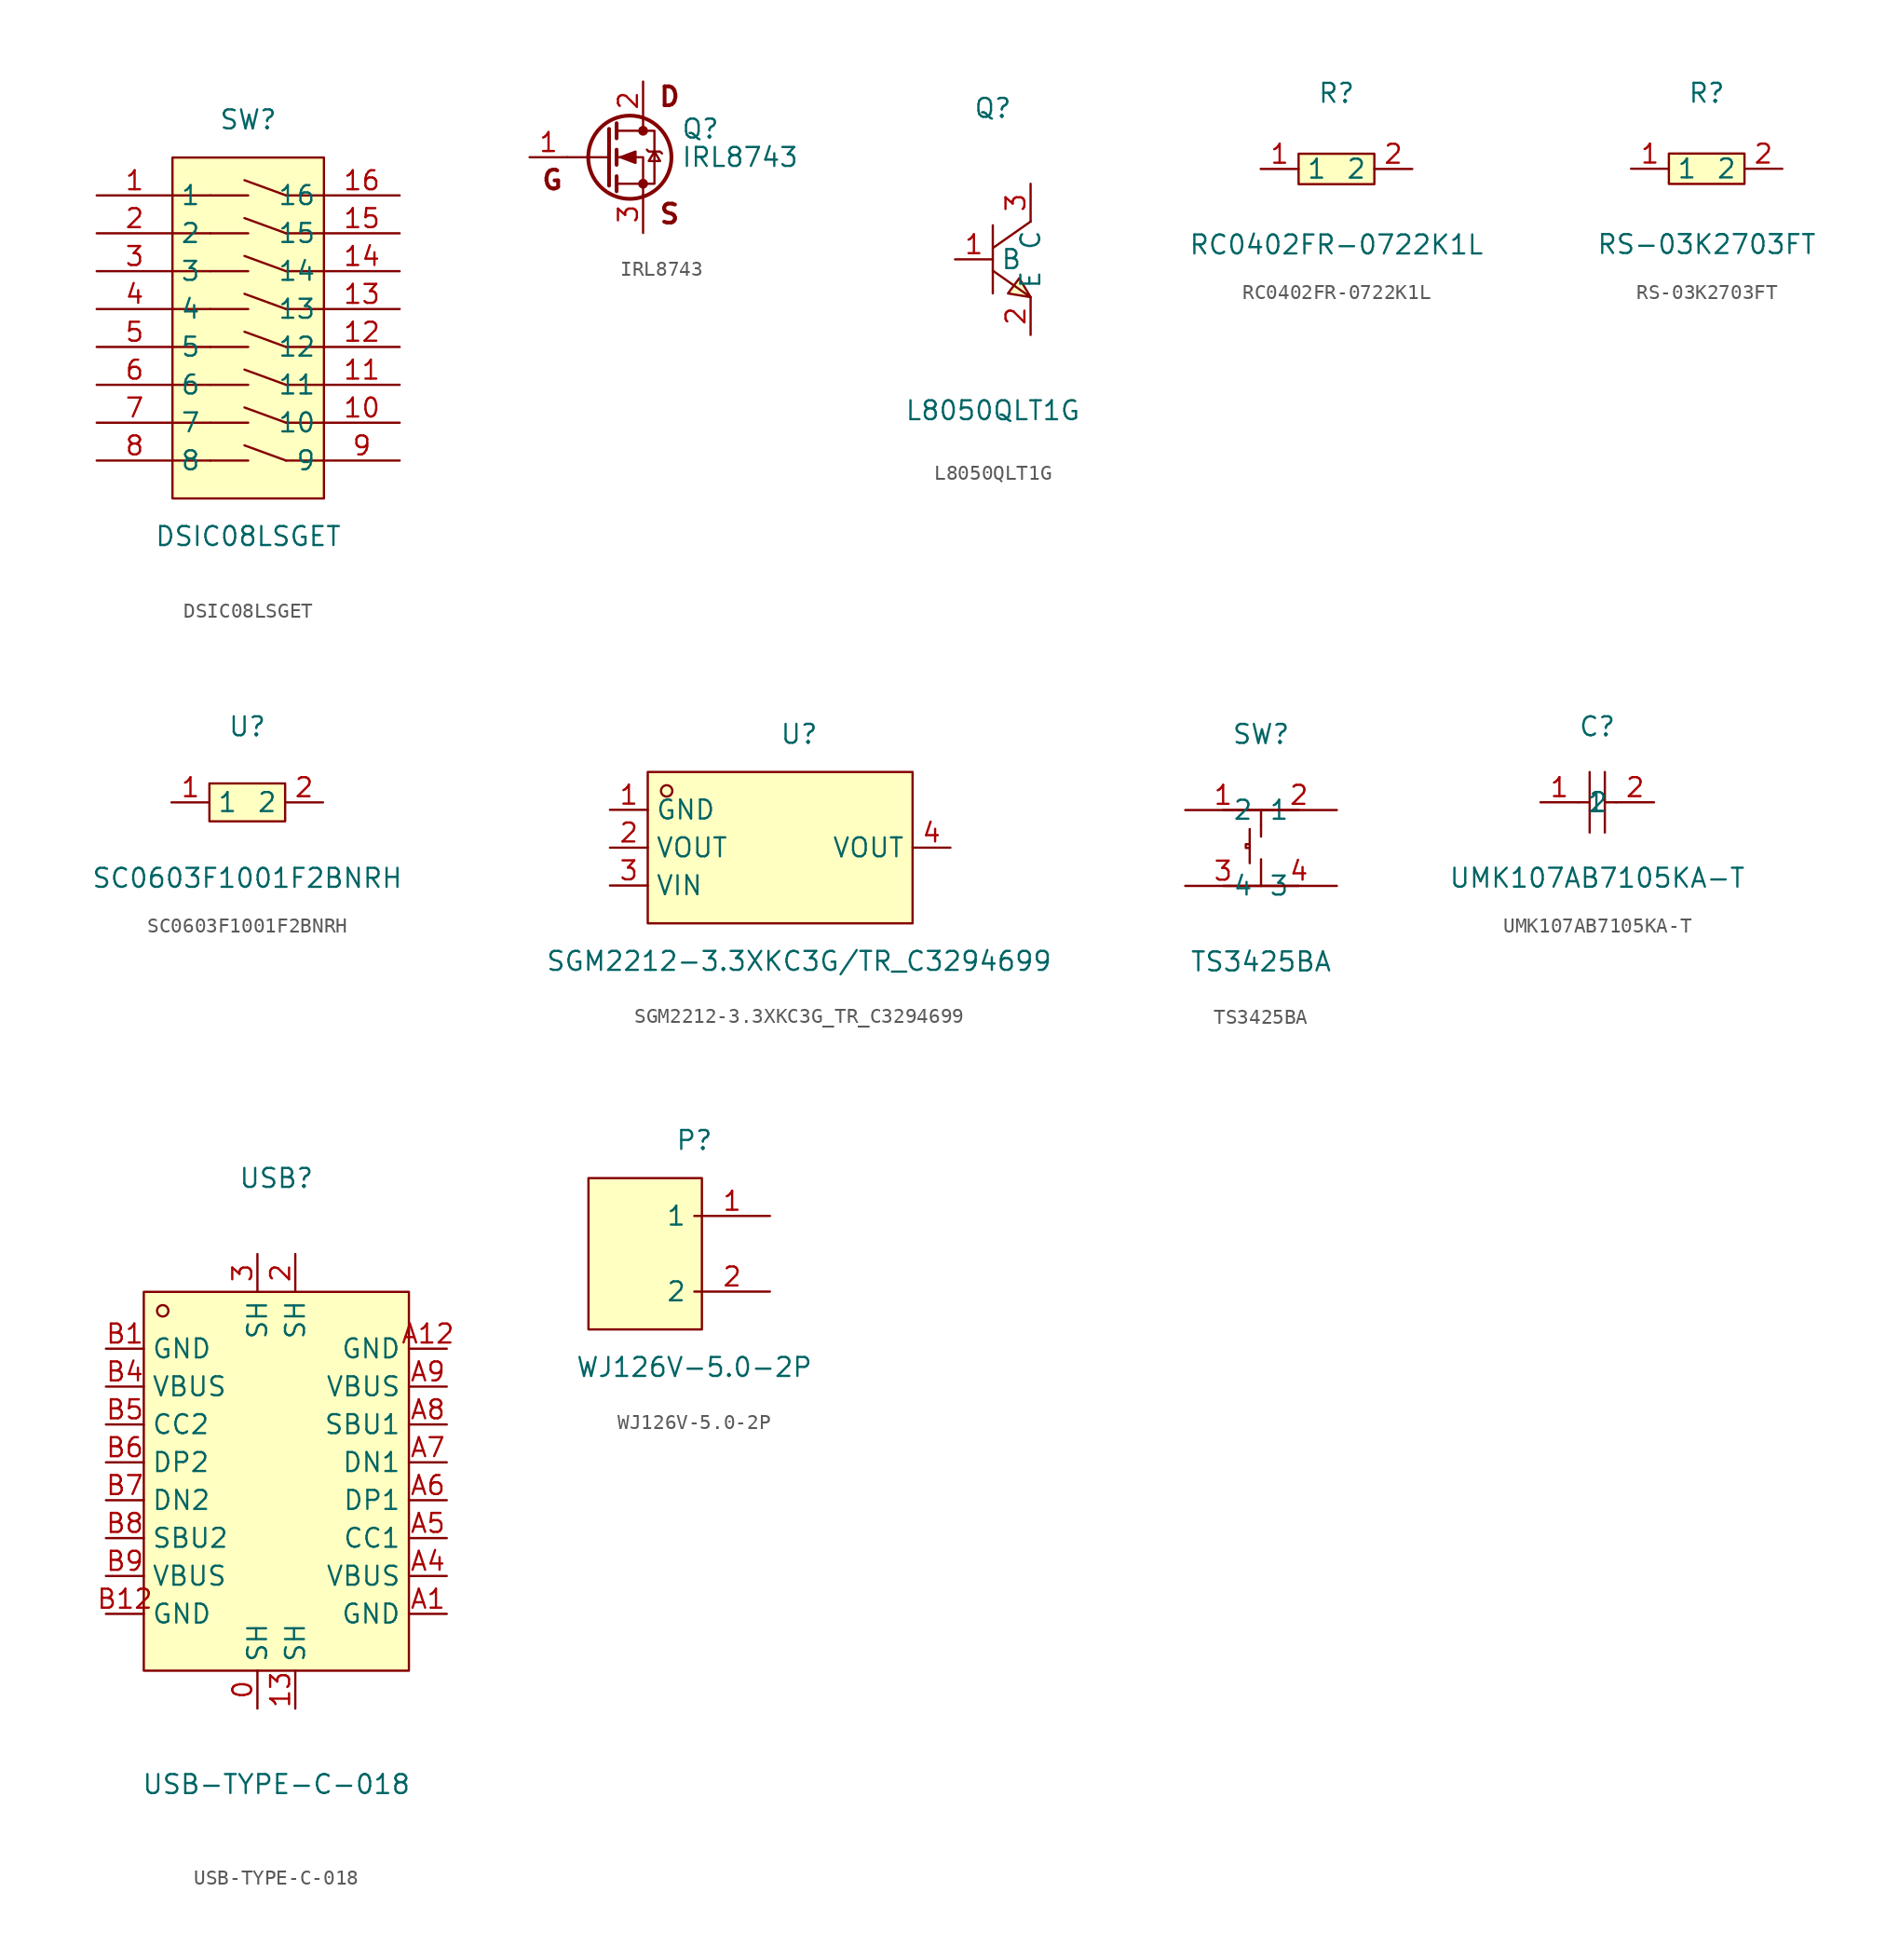
<source format=kicad_sym>
(kicad_symbol_lib
  (version 20231120)
  (generator "kicad_symbol_editor")
  (generator_version "8.0")
  (symbol "DSIC08LSGET"
    (property "Reference" "SW"
      (at 0 15.24 0)
      (effects (font (size 1.27 1.27))))
    (property "Value" "DSIC08LSGET"
      (at 0 -12.7 0)
      (effects (font (size 1.27 1.27))))
    (symbol "DSIC08LSGET_0_1"
      (rectangle (start -5.08 12.7) (end 5.08 -10.16) (stroke (width 0) (type default)) (fill (type background)))
      (polyline (pts (xy -2.54 -7.62) (xy -5.08 -7.62)) (stroke (width 0) (type default)) (fill (type none)))
      (polyline (pts (xy -2.54 -7.62) (xy 0 -7.62)) (stroke (width 0) (type default)) (fill (type none)))
      (polyline (pts (xy -2.54 -5.08) (xy -5.08 -5.08)) (stroke (width 0) (type default)) (fill (type none)))
      (polyline (pts (xy -2.54 -5.08) (xy 0 -5.08)) (stroke (width 0) (type default)) (fill (type none)))
      (polyline (pts (xy -2.54 -2.54) (xy -5.08 -2.54)) (stroke (width 0) (type default)) (fill (type none)))
      (polyline (pts (xy -2.54 -2.54) (xy 0 -2.54)) (stroke (width 0) (type default)) (fill (type none)))
      (polyline (pts (xy -2.54 0) (xy -5.08 0)) (stroke (width 0) (type default)) (fill (type none)))
      (polyline (pts (xy -2.54 0) (xy 0 0)) (stroke (width 0) (type default)) (fill (type none)))
      (polyline (pts (xy -2.54 2.54) (xy -5.08 2.54)) (stroke (width 0) (type default)) (fill (type none)))
      (polyline (pts (xy -2.54 2.54) (xy 0 2.54)) (stroke (width 0) (type default)) (fill (type none)))
      (polyline (pts (xy -2.54 5.08) (xy -5.08 5.08)) (stroke (width 0) (type default)) (fill (type none)))
      (polyline (pts (xy -2.54 5.08) (xy 0 5.08)) (stroke (width 0) (type default)) (fill (type none)))
      (polyline (pts (xy -2.54 7.62) (xy -5.08 7.62)) (stroke (width 0) (type default)) (fill (type none)))
      (polyline (pts (xy -2.54 7.62) (xy 0 7.62)) (stroke (width 0) (type default)) (fill (type none)))
      (polyline (pts (xy -2.54 10.16) (xy -5.08 10.16)) (stroke (width 0) (type default)) (fill (type none)))
      (polyline (pts (xy -2.54 10.16) (xy 0 10.16)) (stroke (width 0) (type default)) (fill (type none)))
      (polyline (pts (xy 2.54 -7.62) (xy -0.25 -6.6)) (stroke (width 0) (type default)) (fill (type none)))
      (polyline (pts (xy 2.54 -5.08) (xy -0.25 -4.06)) (stroke (width 0) (type default)) (fill (type none)))
      (polyline (pts (xy 2.54 -2.54) (xy -0.25 -1.52)) (stroke (width 0) (type default)) (fill (type none)))
      (polyline (pts (xy 2.54 0) (xy -0.25 1.02)) (stroke (width 0) (type default)) (fill (type none)))
      (polyline (pts (xy 2.54 2.54) (xy -0.25 3.56)) (stroke (width 0) (type default)) (fill (type none)))
      (polyline (pts (xy 2.54 5.08) (xy -0.25 6.1)) (stroke (width 0) (type default)) (fill (type none)))
      (polyline (pts (xy 2.54 7.62) (xy -0.25 8.64)) (stroke (width 0) (type default)) (fill (type none)))
      (polyline (pts (xy 2.54 10.16) (xy -0.25 11.18)) (stroke (width 0) (type default)) (fill (type none)))
      (polyline (pts (xy 5.08 -7.62) (xy 2.54 -7.62)) (stroke (width 0) (type default)) (fill (type none)))
      (polyline (pts (xy 5.08 -5.08) (xy 2.54 -5.08)) (stroke (width 0) (type default)) (fill (type none)))
      (polyline (pts (xy 5.08 -2.54) (xy 2.54 -2.54)) (stroke (width 0) (type default)) (fill (type none)))
      (polyline (pts (xy 5.08 0) (xy 2.54 0)) (stroke (width 0) (type default)) (fill (type none)))
      (polyline (pts (xy 5.08 2.54) (xy 2.54 2.54)) (stroke (width 0) (type default)) (fill (type none)))
      (polyline (pts (xy 5.08 5.08) (xy 2.54 5.08)) (stroke (width 0) (type default)) (fill (type none)))
      (polyline (pts (xy 5.08 7.62) (xy 2.54 7.62)) (stroke (width 0) (type default)) (fill (type none)))
      (polyline (pts (xy 5.08 10.16) (xy 2.54 10.16)) (stroke (width 0) (type default)) (fill (type none)))
      (pin unspecified line (at -10.16 10.16 0) (length 5.08) (name "1" (effects (font (size 1.27 1.27)))) (number "1" (effects (font (size 1.27 1.27)))))
      (pin unspecified line (at 10.16 -5.08 180) (length 5.08) (name "10" (effects (font (size 1.27 1.27)))) (number "10" (effects (font (size 1.27 1.27)))))
      (pin unspecified line (at 10.16 -2.54 180) (length 5.08) (name "11" (effects (font (size 1.27 1.27)))) (number "11" (effects (font (size 1.27 1.27)))))
      (pin unspecified line (at 10.16 0 180) (length 5.08) (name "12" (effects (font (size 1.27 1.27)))) (number "12" (effects (font (size 1.27 1.27)))))
      (pin unspecified line (at 10.16 2.54 180) (length 5.08) (name "13" (effects (font (size 1.27 1.27)))) (number "13" (effects (font (size 1.27 1.27)))))
      (pin unspecified line (at 10.16 5.08 180) (length 5.08) (name "14" (effects (font (size 1.27 1.27)))) (number "14" (effects (font (size 1.27 1.27)))))
      (pin unspecified line (at 10.16 7.62 180) (length 5.08) (name "15" (effects (font (size 1.27 1.27)))) (number "15" (effects (font (size 1.27 1.27)))))
      (pin unspecified line (at 10.16 10.16 180) (length 5.08) (name "16" (effects (font (size 1.27 1.27)))) (number "16" (effects (font (size 1.27 1.27)))))
      (pin unspecified line (at -10.16 7.62 0) (length 5.08) (name "2" (effects (font (size 1.27 1.27)))) (number "2" (effects (font (size 1.27 1.27)))))
      (pin unspecified line (at -10.16 5.08 0) (length 5.08) (name "3" (effects (font (size 1.27 1.27)))) (number "3" (effects (font (size 1.27 1.27)))))
      (pin unspecified line (at -10.16 2.54 0) (length 5.08) (name "4" (effects (font (size 1.27 1.27)))) (number "4" (effects (font (size 1.27 1.27)))))
      (pin unspecified line (at -10.16 0 0) (length 5.08) (name "5" (effects (font (size 1.27 1.27)))) (number "5" (effects (font (size 1.27 1.27)))))
      (pin unspecified line (at -10.16 -2.54 0) (length 5.08) (name "6" (effects (font (size 1.27 1.27)))) (number "6" (effects (font (size 1.27 1.27)))))
      (pin unspecified line (at -10.16 -5.08 0) (length 5.08) (name "7" (effects (font (size 1.27 1.27)))) (number "7" (effects (font (size 1.27 1.27)))))
      (pin unspecified line (at -10.16 -7.62 0) (length 5.08) (name "8" (effects (font (size 1.27 1.27)))) (number "8" (effects (font (size 1.27 1.27)))))
      (pin unspecified line (at 10.16 -7.62 180) (length 5.08) (name "9" (effects (font (size 1.27 1.27)))) (number "9" (effects (font (size 1.27 1.27)))))))
  (symbol "IRL8743"
    (pin_names hide)
    (property "Reference" "Q"
      (at 5.08 1.905 0)
      (effects (font (size 1.27 1.27)) (justify left)))
    (property "Value" "IRL8743"
      (at 5.08 0 0)
      (effects (font (size 1.27 1.27)) (justify left)))
    (symbol "IRL8743_0_1"
      (polyline (pts (xy 0.254 0) (xy -2.54 0)) (stroke (width 0) (type default)) (fill (type none)))
      (polyline (pts (xy 0.254 1.905) (xy 0.254 -1.905)) (stroke (width 0.254) (type default)) (fill (type none)))
      (polyline (pts (xy 0.762 -1.27) (xy 0.762 -2.286)) (stroke (width 0.254) (type default)) (fill (type none)))
      (polyline (pts (xy 0.762 0.508) (xy 0.762 -0.508)) (stroke (width 0.254) (type default)) (fill (type none)))
      (polyline (pts (xy 0.762 2.286) (xy 0.762 1.27)) (stroke (width 0.254) (type default)) (fill (type none)))
      (polyline (pts (xy 2.54 2.54) (xy 2.54 1.778)) (stroke (width 0) (type default)) (fill (type none)))
      (polyline (pts (xy 2.54 -2.54) (xy 2.54 0) (xy 0.762 0)) (stroke (width 0) (type default)) (fill (type none)))
      (polyline (pts (xy 0.762 -1.778) (xy 3.302 -1.778) (xy 3.302 1.778) (xy 0.762 1.778)) (stroke (width 0) (type default)) (fill (type none)))
      (polyline (pts (xy 1.016 0) (xy 2.032 0.381) (xy 2.032 -0.381) (xy 1.016 0)) (stroke (width 0) (type default)) (fill (type outline)))
      (polyline (pts (xy 2.794 0.508) (xy 2.921 0.381) (xy 3.683 0.381) (xy 3.81 0.254)) (stroke (width 0) (type default)) (fill (type none)))
      (polyline (pts (xy 3.302 0.381) (xy 2.921 -0.254) (xy 3.683 -0.254) (xy 3.302 0.381)) (stroke (width 0) (type default)) (fill (type none)))
      (circle (center 1.651 0) (radius 2.794) (stroke (width 0.254) (type default)) (fill (type none)))
      (circle (center 2.54 -1.778) (radius 0.254) (stroke (width 0) (type default)) (fill (type outline)))
      (circle (center 2.54 1.778) (radius 0.254) (stroke (width 0) (type default)) (fill (type outline))))
    (symbol "IRL8743_1_1"
      (text "D" (at 4.318 4.064 0) (effects (font (size 1.27 1.27) (bold yes))))
      (text "G" (at -3.556 -1.524 0) (effects (font (size 1.27 1.27) (bold yes))))
      (text "S" (at 4.318 -3.81 0) (effects (font (size 1.27 1.27) (bold yes))))
      (pin input line (at -5.08 0 0) (length 2.54) (name "G" (effects (font (size 1.27 1.27)))) (number "1" (effects (font (size 1.27 1.27)))))
      (pin passive line (at 2.54 5.08 270) (length 2.54) (name "D" (effects (font (size 1.27 1.27)))) (number "2" (effects (font (size 1.27 1.27)))))
      (pin passive line (at 2.54 -5.08 90) (length 2.54) (name "S" (effects (font (size 1.27 1.27)))) (number "3" (effects (font (size 1.27 1.27)))))))
  (symbol "L8050QLT1G"
    (property "Reference" "Q"
      (at 0 10.16 0)
      (effects (font (size 1.27 1.27))))
    (property "Value" "L8050QLT1G"
      (at 0 -10.16 0)
      (effects (font (size 1.27 1.27))))
    (symbol "L8050QLT1G_0_1"
      (polyline (pts (xy 0 -0.76) (xy 2.54 -2.54)) (stroke (width 0) (type default)) (fill (type none)))
      (polyline (pts (xy 0 2.29) (xy 0 -2.29)) (stroke (width 0) (type default)) (fill (type none)))
      (polyline (pts (xy 2.54 2.54) (xy 0 0.76)) (stroke (width 0) (type default)) (fill (type none)))
      (polyline (pts (xy 2.54 -2.54) (xy 1.78 -1.27) (xy 1.02 -2.29) (xy 2.54 -2.54)) (stroke (width 0) (type default)) (fill (type background)))
      (pin unspecified line (at -2.54 0 0) (length 2.54) (name "B" (effects (font (size 1.27 1.27)))) (number "1" (effects (font (size 1.27 1.27)))))
      (pin unspecified line (at 2.54 -5.08 90) (length 2.54) (name "E" (effects (font (size 1.27 1.27)))) (number "2" (effects (font (size 1.27 1.27)))))
      (pin unspecified line (at 2.54 5.08 270) (length 2.54) (name "C" (effects (font (size 1.27 1.27)))) (number "3" (effects (font (size 1.27 1.27)))))))
  (symbol "RC0402FR-0722K1L"
    (property "Reference" "R"
      (at 0 5.08 0)
      (effects (font (size 1.27 1.27))))
    (property "Value" "RC0402FR-0722K1L"
      (at 0 -5.08 0)
      (effects (font (size 1.27 1.27))))
    (symbol "RC0402FR-0722K1L_0_1"
      (rectangle (start -2.54 1.02) (end 2.54 -1.02) (stroke (width 0) (type default)) (fill (type background)))
      (pin unspecified line (at -5.08 0 0) (length 2.54) (name "1" (effects (font (size 1.27 1.27)))) (number "1" (effects (font (size 1.27 1.27)))))
      (pin unspecified line (at 5.08 0 180) (length 2.54) (name "2" (effects (font (size 1.27 1.27)))) (number "2" (effects (font (size 1.27 1.27)))))))
  (symbol "RS-03K2703FT"
    (property "Reference" "R"
      (at 0 5.08 0)
      (effects (font (size 1.27 1.27))))
    (property "Value" "RS-03K2703FT"
      (at 0 -5.08 0)
      (effects (font (size 1.27 1.27))))
    (symbol "RS-03K2703FT_0_1"
      (rectangle (start -2.54 1.02) (end 2.54 -1.02) (stroke (width 0) (type default)) (fill (type background)))
      (pin unspecified line (at -5.08 0 0) (length 2.54) (name "1" (effects (font (size 1.27 1.27)))) (number "1" (effects (font (size 1.27 1.27)))))
      (pin unspecified line (at 5.08 0 180) (length 2.54) (name "2" (effects (font (size 1.27 1.27)))) (number "2" (effects (font (size 1.27 1.27)))))))
  (symbol "SC0603F1001F2BNRH"
    (property "Reference" "U"
      (at 0 5.08 0)
      (effects (font (size 1.27 1.27))))
    (property "Value" "SC0603F1001F2BNRH"
      (at 0 -5.08 0)
      (effects (font (size 1.27 1.27))))
    (symbol "SC0603F1001F2BNRH_0_1"
      (rectangle (start -2.54 1.27) (end 2.54 -1.27) (stroke (width 0) (type default)) (fill (type background)))
      (pin unspecified line (at -5.08 0 0) (length 2.54) (name "1" (effects (font (size 1.27 1.27)))) (number "1" (effects (font (size 1.27 1.27)))))
      (pin unspecified line (at 5.08 0 180) (length 2.54) (name "2" (effects (font (size 1.27 1.27)))) (number "2" (effects (font (size 1.27 1.27)))))))
  (symbol "SGM2212-3.3XKC3G_TR_C3294699"
    (property "Reference" "U"
      (at 0 7.62 0)
      (effects (font (size 1.27 1.27))))
    (property "Value" "SGM2212-3.3XKC3G/TR_C3294699"
      (at 0 -7.62 0)
      (effects (font (size 1.27 1.27))))
    (symbol "SGM2212-3.3XKC3G_TR_C3294699_0_1"
      (rectangle (start -10.16 5.08) (end 7.62 -5.08) (stroke (width 0) (type default)) (fill (type background)))
      (circle (center -8.89 3.81) (radius 0.38) (stroke (width 0) (type default)) (fill (type none)))
      (pin unspecified line (at -12.7 2.54 0) (length 2.54) (name "GND" (effects (font (size 1.27 1.27)))) (number "1" (effects (font (size 1.27 1.27)))))
      (pin unspecified line (at -12.7 0 0) (length 2.54) (name "VOUT" (effects (font (size 1.27 1.27)))) (number "2" (effects (font (size 1.27 1.27)))))
      (pin unspecified line (at -12.7 -2.54 0) (length 2.54) (name "VIN" (effects (font (size 1.27 1.27)))) (number "3" (effects (font (size 1.27 1.27)))))
      (pin unspecified line (at 10.16 0 180) (length 2.54) (name "VOUT" (effects (font (size 1.27 1.27)))) (number "4" (effects (font (size 1.27 1.27)))))))
  (symbol "TS3425BA"
    (property "Reference" "SW"
      (at 0 7.62 0)
      (effects (font (size 1.27 1.27))))
    (property "Value" "TS3425BA"
      (at 0 -7.62 0)
      (effects (font (size 1.27 1.27))))
    (symbol "TS3425BA_0_1"
      (polyline (pts (xy -2.54 -2.54) (xy 2.54 -2.54)) (stroke (width 0) (type default)) (fill (type none)))
      (polyline (pts (xy -2.54 2.54) (xy 2.54 2.54)) (stroke (width 0) (type default)) (fill (type none)))
      (polyline (pts (xy -0.76 1.27) (xy -0.76 -1.02)) (stroke (width 0) (type default)) (fill (type none)))
      (polyline (pts (xy 0 -2.54) (xy 0 -0.76)) (stroke (width 0) (type default)) (fill (type none)))
      (polyline (pts (xy 0 1.52) (xy 0 0.76)) (stroke (width 0) (type default)) (fill (type none)))
      (polyline (pts (xy 0 2.54) (xy 0 1.52)) (stroke (width 0) (type default)) (fill (type none)))
      (polyline (pts (xy -0.76 0.25) (xy -1.02 0.25) (xy -1.02 0) (xy -0.76 0)) (stroke (width 0) (type default)) (fill (type none)))
      (pin unspecified line (at -5.08 2.54 0) (length 5.08) (name "1" (effects (font (size 1.27 1.27)))) (number "1" (effects (font (size 1.27 1.27)))))
      (pin unspecified line (at 5.08 2.54 180) (length 5.08) (name "2" (effects (font (size 1.27 1.27)))) (number "2" (effects (font (size 1.27 1.27)))))
      (pin unspecified line (at -5.08 -2.54 0) (length 5.08) (name "3" (effects (font (size 1.27 1.27)))) (number "3" (effects (font (size 1.27 1.27)))))
      (pin unspecified line (at 5.08 -2.54 180) (length 5.08) (name "4" (effects (font (size 1.27 1.27)))) (number "4" (effects (font (size 1.27 1.27)))))))
  (symbol "UMK107AB7105KA-T"
    (property "Reference" "C"
      (at 0 5.08 0)
      (effects (font (size 1.27 1.27))))
    (property "Value" "UMK107AB7105KA-T"
      (at 0 -5.08 0)
      (effects (font (size 1.27 1.27))))
    (symbol "UMK107AB7105KA-T_0_1"
      (polyline (pts (xy -1.27 0) (xy -0.51 0)) (stroke (width 0) (type default)) (fill (type none)))
      (polyline (pts (xy -0.51 2.03) (xy -0.51 -2.03)) (stroke (width 0) (type default)) (fill (type none)))
      (polyline (pts (xy 0.51 0) (xy 1.27 0)) (stroke (width 0) (type default)) (fill (type none)))
      (polyline (pts (xy 0.51 2.03) (xy 0.51 -2.03)) (stroke (width 0) (type default)) (fill (type none)))
      (pin input line (at -3.81 0 0) (length 2.54) (name "1" (effects (font (size 1.27 1.27)))) (number "1" (effects (font (size 1.27 1.27)))))
      (pin input line (at 3.81 0 180) (length 2.54) (name "2" (effects (font (size 1.27 1.27)))) (number "2" (effects (font (size 1.27 1.27)))))))
  (symbol "USB-TYPE-C-018"
    (property "Reference" "USB"
      (at 0 20.32 0)
      (effects (font (size 1.27 1.27))))
    (property "Value" "USB-TYPE-C-018"
      (at 0 -20.32 0)
      (effects (font (size 1.27 1.27))))
    (symbol "USB-TYPE-C-018_0_1"
      (rectangle (start -8.89 12.7) (end 8.89 -12.7) (stroke (width 0) (type default)) (fill (type background)))
      (circle (center -7.62 11.43) (radius 0.38) (stroke (width 0) (type default)) (fill (type none)))
      (pin unspecified line (at -1.27 -15.24 90) (length 2.54) (name "SH" (effects (font (size 1.27 1.27)))) (number "0" (effects (font (size 1.27 1.27)))))
      (pin unspecified line (at 1.27 -15.24 90) (length 2.54) (name "SH" (effects (font (size 1.27 1.27)))) (number "13" (effects (font (size 1.27 1.27)))))
      (pin unspecified line (at 1.27 15.24 270) (length 2.54) (name "SH" (effects (font (size 1.27 1.27)))) (number "2" (effects (font (size 1.27 1.27)))))
      (pin unspecified line (at -1.27 15.24 270) (length 2.54) (name "SH" (effects (font (size 1.27 1.27)))) (number "3" (effects (font (size 1.27 1.27)))))
      (pin unspecified line (at 11.43 -8.89 180) (length 2.54) (name "GND" (effects (font (size 1.27 1.27)))) (number "A1" (effects (font (size 1.27 1.27)))))
      (pin unspecified line (at 11.43 8.89 180) (length 2.54) (name "GND" (effects (font (size 1.27 1.27)))) (number "A12" (effects (font (size 1.27 1.27)))))
      (pin unspecified line (at 11.43 -6.35 180) (length 2.54) (name "VBUS" (effects (font (size 1.27 1.27)))) (number "A4" (effects (font (size 1.27 1.27)))))
      (pin unspecified line (at 11.43 -3.81 180) (length 2.54) (name "CC1" (effects (font (size 1.27 1.27)))) (number "A5" (effects (font (size 1.27 1.27)))))
      (pin unspecified line (at 11.43 -1.27 180) (length 2.54) (name "DP1" (effects (font (size 1.27 1.27)))) (number "A6" (effects (font (size 1.27 1.27)))))
      (pin unspecified line (at 11.43 1.27 180) (length 2.54) (name "DN1" (effects (font (size 1.27 1.27)))) (number "A7" (effects (font (size 1.27 1.27)))))
      (pin unspecified line (at 11.43 3.81 180) (length 2.54) (name "SBU1" (effects (font (size 1.27 1.27)))) (number "A8" (effects (font (size 1.27 1.27)))))
      (pin unspecified line (at 11.43 6.35 180) (length 2.54) (name "VBUS" (effects (font (size 1.27 1.27)))) (number "A9" (effects (font (size 1.27 1.27)))))
      (pin unspecified line (at -11.43 8.89 0) (length 2.54) (name "GND" (effects (font (size 1.27 1.27)))) (number "B1" (effects (font (size 1.27 1.27)))))
      (pin unspecified line (at -11.43 -8.89 0) (length 2.54) (name "GND" (effects (font (size 1.27 1.27)))) (number "B12" (effects (font (size 1.27 1.27)))))
      (pin unspecified line (at -11.43 6.35 0) (length 2.54) (name "VBUS" (effects (font (size 1.27 1.27)))) (number "B4" (effects (font (size 1.27 1.27)))))
      (pin unspecified line (at -11.43 3.81 0) (length 2.54) (name "CC2" (effects (font (size 1.27 1.27)))) (number "B5" (effects (font (size 1.27 1.27)))))
      (pin unspecified line (at -11.43 1.27 0) (length 2.54) (name "DP2" (effects (font (size 1.27 1.27)))) (number "B6" (effects (font (size 1.27 1.27)))))
      (pin unspecified line (at -11.43 -1.27 0) (length 2.54) (name "DN2" (effects (font (size 1.27 1.27)))) (number "B7" (effects (font (size 1.27 1.27)))))
      (pin unspecified line (at -11.43 -3.81 0) (length 2.54) (name "SBU2" (effects (font (size 1.27 1.27)))) (number "B8" (effects (font (size 1.27 1.27)))))
      (pin unspecified line (at -11.43 -6.35 0) (length 2.54) (name "VBUS" (effects (font (size 1.27 1.27)))) (number "B9" (effects (font (size 1.27 1.27)))))))
  (symbol "WJ126V-5.0-2P"
    (property "Reference" "P"
      (at 0 7.62 0)
      (effects (font (size 1.27 1.27))))
    (property "Value" "WJ126V-5.0-2P"
      (at 0 -7.62 0)
      (effects (font (size 1.27 1.27))))
    (symbol "WJ126V-5.0-2P_0_1"
      (rectangle (start -7.11 5.08) (end 0.51 -5.08) (stroke (width 0) (type default)) (fill (type background)))
      (pin input line (at 5.08 2.54 180) (length 5.08) (name "1" (effects (font (size 1.27 1.27)))) (number "1" (effects (font (size 1.27 1.27)))))
      (pin input line (at 5.08 -2.54 180) (length 5.08) (name "2" (effects (font (size 1.27 1.27)))) (number "2" (effects (font (size 1.27 1.27))))))))
</source>
